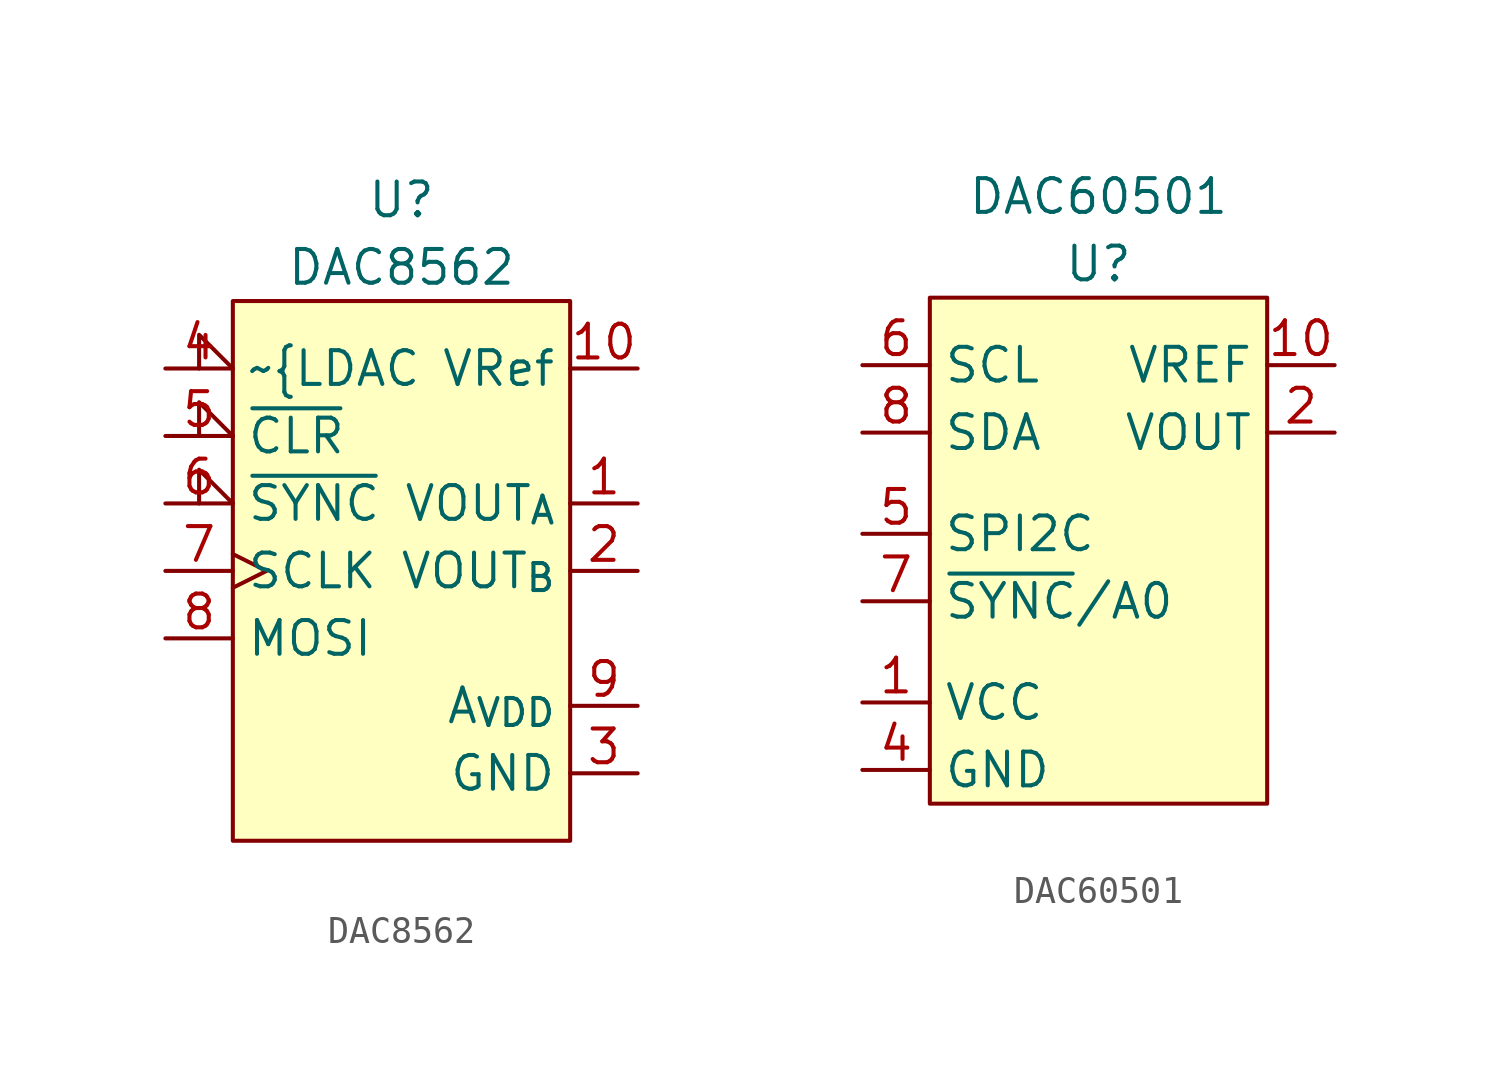
<source format=kicad_sym>
(kicad_symbol_lib
  (version 20220914)
  (generator kicad_symbol_editor)
  (symbol "DAC8562"
    (property "Reference" "U"
      (at 0 3.81 0)
      (effects (font (size 1.27 1.27))))
    (property "Value" "DAC8562"
      (at 0 1.27 0)
      (effects (font (size 1.27 1.27))))
    (symbol "DAC8562_0_1"
      (rectangle (start -6.35 0) (end 6.35 -20.32) (stroke (width 0) (type default)) (fill (type background))))
    (symbol "DAC8562_1_1"
      (pin output line (at 8.89 -7.62 180) (length 2.54) (name "VOUT_{A}" (effects (font (size 1.27 1.27)))) (number "1" (effects (font (size 1.27 1.27)))))
      (pin bidirectional line (at 8.89 -2.54 180) (length 2.54) (name "VRef" (effects (font (size 1.27 1.27)))) (number "10" (effects (font (size 1.27 1.27)))))
      (pin output line (at 8.89 -10.16 180) (length 2.54) (name "VOUT_{B}" (effects (font (size 1.27 1.27)))) (number "2" (effects (font (size 1.27 1.27)))))
      (pin power_in line (at 8.89 -17.78 180) (length 2.54) (name "GND" (effects (font (size 1.27 1.27)))) (number "3" (effects (font (size 1.27 1.27)))))
      (pin input input_low (at -8.89 -2.54 0) (length 2.54) (name "~{LDAC" (effects (font (size 1.27 1.27)))) (number "4" (effects (font (size 1.27 1.27)))))
      (pin input input_low (at -8.89 -5.08 0) (length 2.54) (name "~{CLR}" (effects (font (size 1.27 1.27)))) (number "5" (effects (font (size 1.27 1.27)))))
      (pin input input_low (at -8.89 -7.62 0) (length 2.54) (name "~{SYNC}" (effects (font (size 1.27 1.27)))) (number "6" (effects (font (size 1.27 1.27)))))
      (pin input clock (at -8.89 -10.16 0) (length 2.54) (name "SCLK" (effects (font (size 1.27 1.27)))) (number "7" (effects (font (size 1.27 1.27)))))
      (pin input line (at -8.89 -12.7 0) (length 2.54) (name "MOSI" (effects (font (size 1.27 1.27)))) (number "8" (effects (font (size 1.27 1.27)))))
      (pin power_in line (at 8.89 -15.24 180) (length 2.54) (name "A_{VDD}" (effects (font (size 1.27 1.27)))) (number "9" (effects (font (size 1.27 1.27)))))))
  (symbol "DAC60501"
    (property "Reference" "U"
      (at 0 1.27 0)
      (effects (font (size 1.27 1.27))))
    (property "Value" "DAC60501"
      (at 0 3.81 0)
      (effects (font (size 1.27 1.27))))
    (symbol "DAC60501_0_1"
      (rectangle (start -6.35 0) (end 6.35 -19.05) (stroke (width 0) (type default)) (fill (type background))))
    (symbol "DAC60501_1_1"
      (pin power_in line (at -8.89 -15.24 0) (length 2.54) (name "VCC" (effects (font (size 1.27 1.27)))) (number "1" (effects (font (size 1.27 1.27)))))
      (pin input line (at 8.89 -2.54 180) (length 2.54) (name "VREF" (effects (font (size 1.27 1.27)))) (number "10" (effects (font (size 1.27 1.27)))))
      (pin output line (at 8.89 -5.08 180) (length 2.54) (name "VOUT" (effects (font (size 1.27 1.27)))) (number "2" (effects (font (size 1.27 1.27)))))
      (pin no_connect line (at 8.89 -8.89 180) (length 2.54) hide (name "NC" (effects (font (size 1.27 1.27)))) (number "3" (effects (font (size 1.27 1.27)))))
      (pin power_in line (at -8.89 -17.78 0) (length 2.54) (name "GND" (effects (font (size 1.27 1.27)))) (number "4" (effects (font (size 1.27 1.27)))))
      (pin bidirectional line (at -8.89 -8.89 0) (length 2.54) (name "SPI2C" (effects (font (size 1.27 1.27)))) (number "5" (effects (font (size 1.27 1.27)))))
      (pin bidirectional line (at -8.89 -2.54 0) (length 2.54) (name "SCL" (effects (font (size 1.27 1.27)))) (number "6" (effects (font (size 1.27 1.27)))))
      (pin bidirectional line (at -8.89 -11.43 0) (length 2.54) (name "~{SYNC}/A0" (effects (font (size 1.27 1.27)))) (number "7" (effects (font (size 1.27 1.27)))))
      (pin bidirectional line (at -8.89 -5.08 0) (length 2.54) (name "SDA" (effects (font (size 1.27 1.27)))) (number "8" (effects (font (size 1.27 1.27)))))
      (pin no_connect line (at 8.89 -11.43 180) (length 2.54) hide (name "NC" (effects (font (size 1.27 1.27)))) (number "9" (effects (font (size 1.27 1.27))))))))
</source>
